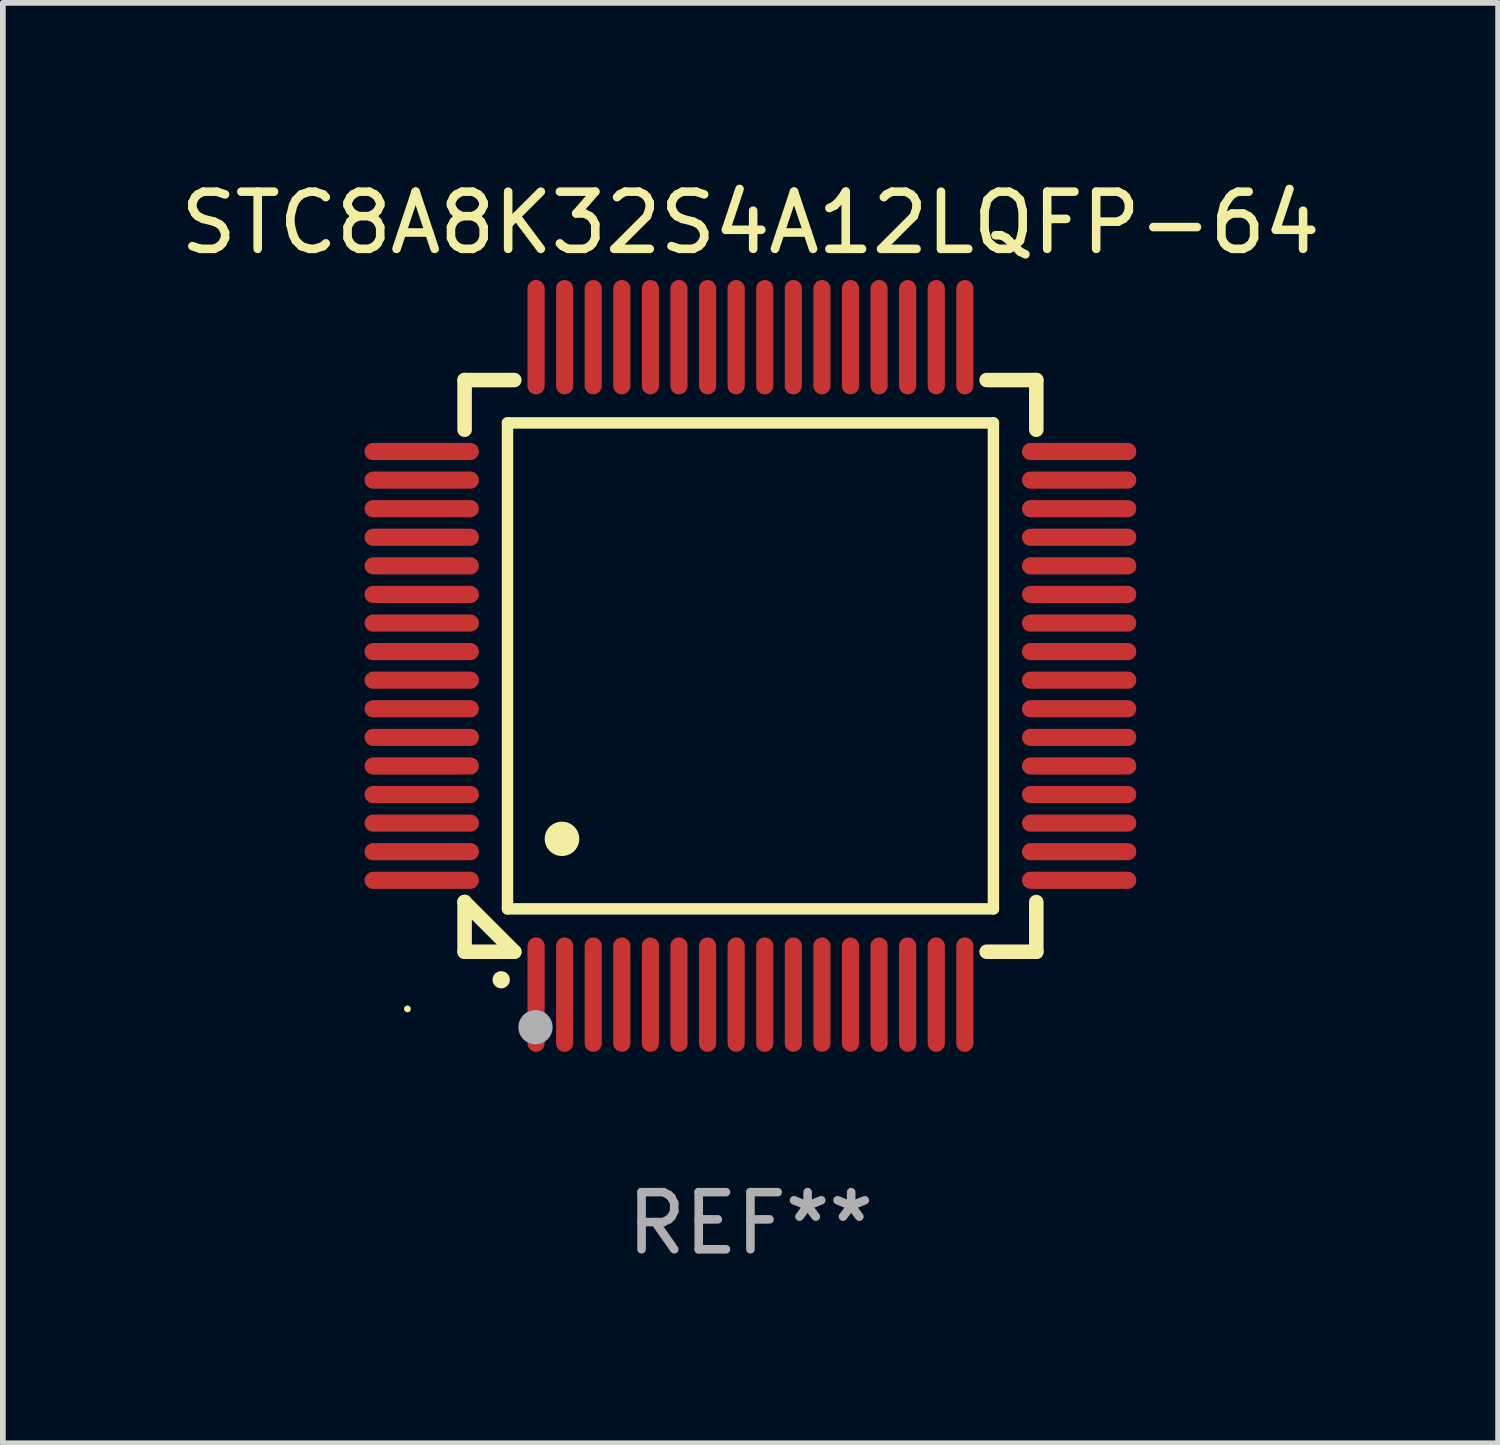
<source format=kicad_pcb>
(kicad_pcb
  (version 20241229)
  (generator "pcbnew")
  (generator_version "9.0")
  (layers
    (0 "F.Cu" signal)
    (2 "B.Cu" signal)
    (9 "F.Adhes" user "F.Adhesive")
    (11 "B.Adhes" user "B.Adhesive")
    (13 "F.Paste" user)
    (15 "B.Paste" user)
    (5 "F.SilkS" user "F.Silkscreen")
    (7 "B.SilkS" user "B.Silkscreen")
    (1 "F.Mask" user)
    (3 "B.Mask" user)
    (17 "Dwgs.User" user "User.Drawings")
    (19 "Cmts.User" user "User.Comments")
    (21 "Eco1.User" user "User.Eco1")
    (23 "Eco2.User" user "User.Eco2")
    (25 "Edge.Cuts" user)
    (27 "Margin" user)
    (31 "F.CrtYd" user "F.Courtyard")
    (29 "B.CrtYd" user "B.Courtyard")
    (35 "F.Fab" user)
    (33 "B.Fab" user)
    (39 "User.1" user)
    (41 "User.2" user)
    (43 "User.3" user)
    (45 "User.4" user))
  (footprint "STC8A8K32S4A12LQFP-64"
    (layer "F.Cu")
    (at 10.077 8.598)
    (property "Reference" "STC8A8K32S4A12LQFP-64" (at 0 -7.75 0) (layer "F.SilkS") (effects (font (size 1 1) (thickness 0.15))))
    (attr through_hole)
    (fp_line (start -5 -5) (end -4.131 -5) (stroke (width 0.254) (type solid)) (layer "F.SilkS"))
    (fp_line (start -5 -4.131) (end -5 -5) (stroke (width 0.254) (type solid)) (layer "F.SilkS"))
    (fp_line (start -5 4.131) (end -5 4.131) (stroke (width 0.254) (type solid)) (layer "F.SilkS"))
    (fp_line (start -5 5) (end -5 4.131) (stroke (width 0.254) (type solid)) (layer "F.SilkS"))
    (fp_line (start -5 4.131) (end -4.131 5) (stroke (width 0.254) (type solid)) (layer "F.SilkS"))
    (fp_line (start -4.25 -4.25) (end -4.25 4.25) (stroke (width 0.2) (type solid)) (layer "F.SilkS"))
    (fp_line (start -4.25 4.25) (end 4.25 4.25) (stroke (width 0.2) (type solid)) (layer "F.SilkS"))
    (fp_line (start -4.131 5) (end -5 5) (stroke (width 0.254) (type solid)) (layer "F.SilkS"))
    (fp_line (start 4.25 -4.25) (end -4.25 -4.25) (stroke (width 0.2) (type solid)) (layer "F.SilkS"))
    (fp_line (start 4.25 4.25) (end 4.25 -4.25) (stroke (width 0.2) (type solid)) (layer "F.SilkS"))
    (fp_line (start 5 -5) (end 4.131 -5) (stroke (width 0.254) (type solid)) (layer "F.SilkS"))
    (fp_line (start 5 -5) (end 5 -4.131) (stroke (width 0.254) (type solid)) (layer "F.SilkS"))
    (fp_line (start 5 4.131) (end 5 5) (stroke (width 0.254) (type solid)) (layer "F.SilkS"))
    (fp_line (start 5 5) (end 4.131 5) (stroke (width 0.254) (type solid)) (layer "F.SilkS"))
    (fp_arc (start -4.361265 5.489992) (mid -4.359995 5.489987) (end -4.358725 5.489992) (stroke (width 0.3) (type solid)) (layer "F.SilkS"))
    (fp_arc (start -3.299467 3.025146) (mid -3.296927 3.025135) (end -3.294387 3.025146) (stroke (width 0.6) (type solid)) (layer "F.SilkS"))
    (fp_circle (center -6 6) (end -5.97 6) (stroke (width 0.06) (type solid)) (fill no) (layer "F.SilkS"))
    (fp_circle (center -3.76 6.32) (end -3.61 6.32) (stroke (width 0.3) (type solid)) (fill no) (layer "F.Fab"))
    (fp_text user "REF**" (at 0 9.75 0) (layer "F.Fab") (effects (font (size 1 1) (thickness 0.15))))
    (pad "1" smd oval (at -3.75 5.75) (size 0.3 2) (layers "F.Cu" "F.Mask" "F.Paste"))
    (pad "2" smd oval (at -3.25 5.75) (size 0.3 2) (layers "F.Cu" "F.Mask" "F.Paste"))
    (pad "3" smd oval (at -2.75 5.75) (size 0.3 2) (layers "F.Cu" "F.Mask" "F.Paste"))
    (pad "4" smd oval (at -2.25 5.75) (size 0.3 2) (layers "F.Cu" "F.Mask" "F.Paste"))
    (pad "5" smd oval (at -1.75 5.75) (size 0.3 2) (layers "F.Cu" "F.Mask" "F.Paste"))
    (pad "6" smd oval (at -1.25 5.75) (size 0.3 2) (layers "F.Cu" "F.Mask" "F.Paste"))
    (pad "7" smd oval (at -0.75 5.75) (size 0.3 2) (layers "F.Cu" "F.Mask" "F.Paste"))
    (pad "8" smd oval (at -0.25 5.75) (size 0.3 2) (layers "F.Cu" "F.Mask" "F.Paste"))
    (pad "9" smd oval (at 0.25 5.75) (size 0.3 2) (layers "F.Cu" "F.Mask" "F.Paste"))
    (pad "10" smd oval (at 0.75 5.75) (size 0.3 2) (layers "F.Cu" "F.Mask" "F.Paste"))
    (pad "11" smd oval (at 1.25 5.75) (size 0.3 2) (layers "F.Cu" "F.Mask" "F.Paste"))
    (pad "12" smd oval (at 1.75 5.75) (size 0.3 2) (layers "F.Cu" "F.Mask" "F.Paste"))
    (pad "13" smd oval (at 2.25 5.75) (size 0.3 2) (layers "F.Cu" "F.Mask" "F.Paste"))
    (pad "14" smd oval (at 2.75 5.75) (size 0.3 2) (layers "F.Cu" "F.Mask" "F.Paste"))
    (pad "15" smd oval (at 3.25 5.75) (size 0.3 2) (layers "F.Cu" "F.Mask" "F.Paste"))
    (pad "16" smd oval (at 3.75 5.75) (size 0.3 2) (layers "F.Cu" "F.Mask" "F.Paste"))
    (pad "17" smd oval (at 5.75 3.75) (size 2 0.3) (layers "F.Cu" "F.Mask" "F.Paste"))
    (pad "18" smd oval (at 5.75 3.25) (size 2 0.3) (layers "F.Cu" "F.Mask" "F.Paste"))
    (pad "19" smd oval (at 5.75 2.75) (size 2 0.3) (layers "F.Cu" "F.Mask" "F.Paste"))
    (pad "20" smd oval (at 5.75 2.25) (size 2 0.3) (layers "F.Cu" "F.Mask" "F.Paste"))
    (pad "21" smd oval (at 5.75 1.75) (size 2 0.3) (layers "F.Cu" "F.Mask" "F.Paste"))
    (pad "22" smd oval (at 5.75 1.25) (size 2 0.3) (layers "F.Cu" "F.Mask" "F.Paste"))
    (pad "23" smd oval (at 5.75 0.75) (size 2 0.3) (layers "F.Cu" "F.Mask" "F.Paste"))
    (pad "24" smd oval (at 5.75 0.25) (size 2 0.3) (layers "F.Cu" "F.Mask" "F.Paste"))
    (pad "25" smd oval (at 5.75 -0.25) (size 2 0.3) (layers "F.Cu" "F.Mask" "F.Paste"))
    (pad "26" smd oval (at 5.75 -0.75) (size 2 0.3) (layers "F.Cu" "F.Mask" "F.Paste"))
    (pad "27" smd oval (at 5.75 -1.25) (size 2 0.3) (layers "F.Cu" "F.Mask" "F.Paste"))
    (pad "28" smd oval (at 5.75 -1.75) (size 2 0.3) (layers "F.Cu" "F.Mask" "F.Paste"))
    (pad "29" smd oval (at 5.75 -2.25) (size 2 0.3) (layers "F.Cu" "F.Mask" "F.Paste"))
    (pad "30" smd oval (at 5.75 -2.75) (size 2 0.3) (layers "F.Cu" "F.Mask" "F.Paste"))
    (pad "31" smd oval (at 5.75 -3.25) (size 2 0.3) (layers "F.Cu" "F.Mask" "F.Paste"))
    (pad "32" smd oval (at 5.75 -3.75) (size 2 0.3) (layers "F.Cu" "F.Mask" "F.Paste"))
    (pad "33" smd oval (at 3.75 -5.75) (size 0.3 2) (layers "F.Cu" "F.Mask" "F.Paste"))
    (pad "34" smd oval (at 3.25 -5.75) (size 0.3 2) (layers "F.Cu" "F.Mask" "F.Paste"))
    (pad "35" smd oval (at 2.75 -5.75) (size 0.3 2) (layers "F.Cu" "F.Mask" "F.Paste"))
    (pad "36" smd oval (at 2.25 -5.75) (size 0.3 2) (layers "F.Cu" "F.Mask" "F.Paste"))
    (pad "37" smd oval (at 1.75 -5.75) (size 0.3 2) (layers "F.Cu" "F.Mask" "F.Paste"))
    (pad "38" smd oval (at 1.25 -5.75) (size 0.3 2) (layers "F.Cu" "F.Mask" "F.Paste"))
    (pad "39" smd oval (at 0.75 -5.75) (size 0.3 2) (layers "F.Cu" "F.Mask" "F.Paste"))
    (pad "40" smd oval (at 0.25 -5.75) (size 0.3 2) (layers "F.Cu" "F.Mask" "F.Paste"))
    (pad "41" smd oval (at -0.25 -5.75) (size 0.3 2) (layers "F.Cu" "F.Mask" "F.Paste"))
    (pad "42" smd oval (at -0.75 -5.75) (size 0.3 2) (layers "F.Cu" "F.Mask" "F.Paste"))
    (pad "43" smd oval (at -1.25 -5.75) (size 0.3 2) (layers "F.Cu" "F.Mask" "F.Paste"))
    (pad "44" smd oval (at -1.75 -5.75) (size 0.3 2) (layers "F.Cu" "F.Mask" "F.Paste"))
    (pad "45" smd oval (at -2.25 -5.75) (size 0.3 2) (layers "F.Cu" "F.Mask" "F.Paste"))
    (pad "46" smd oval (at -2.75 -5.75) (size 0.3 2) (layers "F.Cu" "F.Mask" "F.Paste"))
    (pad "47" smd oval (at -3.25 -5.75) (size 0.3 2) (layers "F.Cu" "F.Mask" "F.Paste"))
    (pad "48" smd oval (at -3.75 -5.75) (size 0.3 2) (layers "F.Cu" "F.Mask" "F.Paste"))
    (pad "49" smd oval (at -5.75 -3.75) (size 2 0.3) (layers "F.Cu" "F.Mask" "F.Paste"))
    (pad "50" smd oval (at -5.75 -3.25) (size 2 0.3) (layers "F.Cu" "F.Mask" "F.Paste"))
    (pad "51" smd oval (at -5.75 -2.75) (size 2 0.3) (layers "F.Cu" "F.Mask" "F.Paste"))
    (pad "52" smd oval (at -5.75 -2.25) (size 2 0.3) (layers "F.Cu" "F.Mask" "F.Paste"))
    (pad "53" smd oval (at -5.75 -1.75) (size 2 0.3) (layers "F.Cu" "F.Mask" "F.Paste"))
    (pad "54" smd oval (at -5.75 -1.25) (size 2 0.3) (layers "F.Cu" "F.Mask" "F.Paste"))
    (pad "55" smd oval (at -5.75 -0.75) (size 2 0.3) (layers "F.Cu" "F.Mask" "F.Paste"))
    (pad "56" smd oval (at -5.75 -0.25) (size 2 0.3) (layers "F.Cu" "F.Mask" "F.Paste"))
    (pad "57" smd oval (at -5.75 0.25) (size 2 0.3) (layers "F.Cu" "F.Mask" "F.Paste"))
    (pad "58" smd oval (at -5.75 0.75) (size 2 0.3) (layers "F.Cu" "F.Mask" "F.Paste"))
    (pad "59" smd oval (at -5.75 1.25) (size 2 0.3) (layers "F.Cu" "F.Mask" "F.Paste"))
    (pad "60" smd oval (at -5.75 1.75) (size 2 0.3) (layers "F.Cu" "F.Mask" "F.Paste"))
    (pad "61" smd oval (at -5.75 2.25) (size 2 0.3) (layers "F.Cu" "F.Mask" "F.Paste"))
    (pad "62" smd oval (at -5.75 2.75) (size 2 0.3) (layers "F.Cu" "F.Mask" "F.Paste"))
    (pad "63" smd oval (at -5.75 3.25) (size 2 0.3) (layers "F.Cu" "F.Mask" "F.Paste"))
    (pad "64" smd oval (at -5.75 3.75) (size 2 0.3) (layers "F.Cu" "F.Mask" "F.Paste")))
  (gr_rect
    (start -3 -3)
    (end 23.155 22.196)
    (stroke (width 0.1) (type default))
    (fill no)
    (layer "Edge.Cuts")))
</source>
